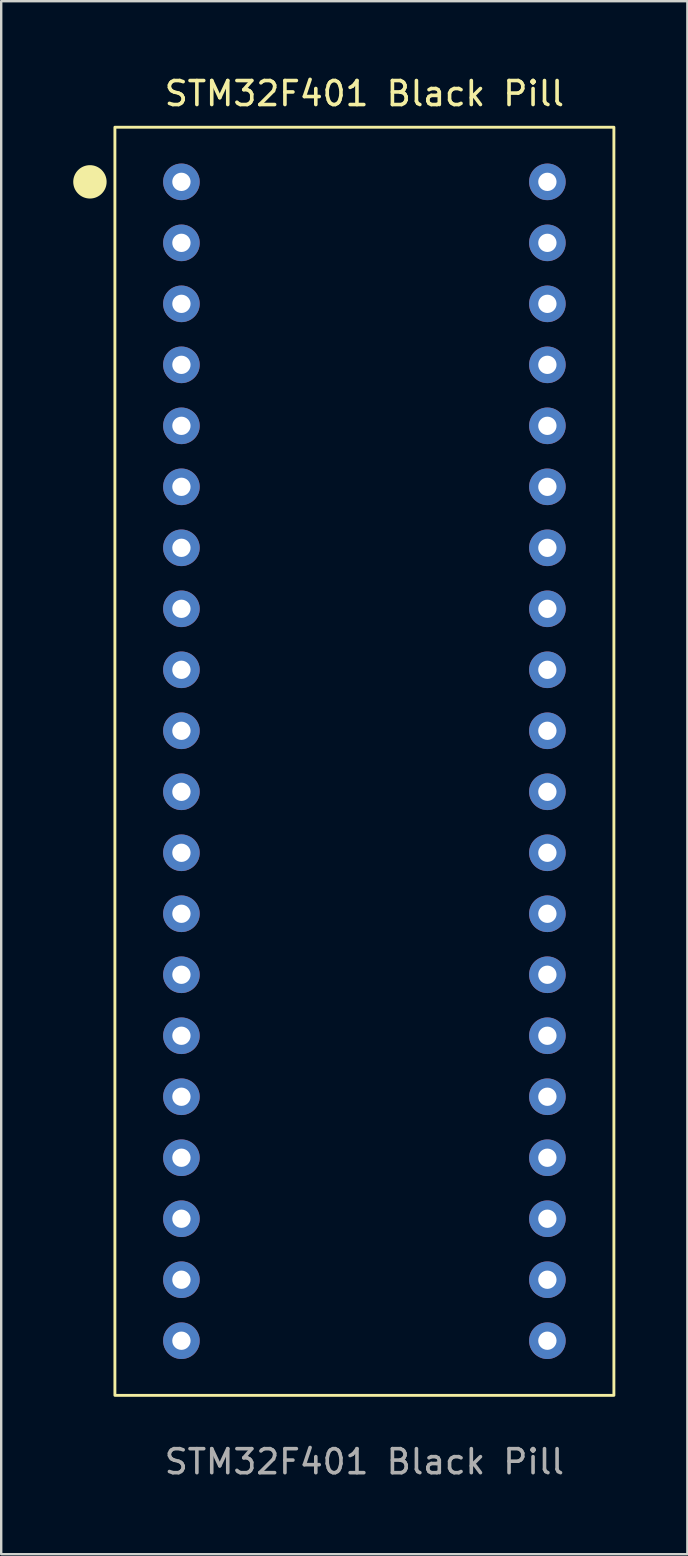
<source format=kicad_pcb>
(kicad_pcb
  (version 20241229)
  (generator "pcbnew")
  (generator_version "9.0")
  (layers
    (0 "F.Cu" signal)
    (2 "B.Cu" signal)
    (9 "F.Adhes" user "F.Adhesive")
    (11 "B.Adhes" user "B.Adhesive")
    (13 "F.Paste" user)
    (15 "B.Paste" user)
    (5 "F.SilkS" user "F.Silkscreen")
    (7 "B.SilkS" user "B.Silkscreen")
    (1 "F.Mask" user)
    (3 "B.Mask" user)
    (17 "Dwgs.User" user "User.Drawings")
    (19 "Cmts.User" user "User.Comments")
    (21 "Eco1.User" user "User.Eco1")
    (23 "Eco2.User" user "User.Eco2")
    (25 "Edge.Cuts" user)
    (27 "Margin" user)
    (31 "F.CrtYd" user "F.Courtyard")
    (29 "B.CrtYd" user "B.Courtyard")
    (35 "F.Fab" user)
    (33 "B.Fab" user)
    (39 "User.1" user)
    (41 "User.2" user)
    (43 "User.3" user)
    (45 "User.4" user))
  (footprint "STM32F401 Black Pill"
    (layer "F.Cu")
    (at 12.125 28.653)
    (property "Reference" "STM32F401 Black Pill" (at 0 -27.805 0) (unlocked yes) (layer "F.SilkS") (effects (font (size 1 1) (thickness 0.15))))
    (attr through_hole)
    (fp_rect (start -10.39 26.405) (end 10.39 -26.405) (stroke (width 0.12) (type default)) (fill no) (layer "F.SilkS"))
    (fp_circle (center -11.43 -24.13) (end -10.795 -24.13) (stroke (width 0.12) (type solid)) (fill yes) (layer "F.SilkS"))
    (fp_text user "${REFERENCE}" (at 0 29.17 0) (unlocked yes) (layer "F.Fab") (effects (font (size 1 1) (thickness 0.15))))
    (pad "1" thru_hole circle (at -7.62 -24.13) (size 1.524 1.524) (drill 0.762) (layers "*.Cu" "*.Mask"))
    (pad "2" thru_hole circle (at -7.62 -21.59) (size 1.524 1.524) (drill 0.762) (layers "*.Cu" "*.Mask"))
    (pad "3" thru_hole circle (at -7.62 -19.05) (size 1.524 1.524) (drill 0.762) (layers "*.Cu" "*.Mask"))
    (pad "4" thru_hole circle (at -7.62 -16.51) (size 1.524 1.524) (drill 0.762) (layers "*.Cu" "*.Mask"))
    (pad "5" thru_hole circle (at -7.62 -13.97) (size 1.524 1.524) (drill 0.762) (layers "*.Cu" "*.Mask"))
    (pad "6" thru_hole circle (at -7.62 -11.43) (size 1.524 1.524) (drill 0.762) (layers "*.Cu" "*.Mask"))
    (pad "7" thru_hole circle (at -7.62 -8.89) (size 1.524 1.524) (drill 0.762) (layers "*.Cu" "*.Mask"))
    (pad "8" thru_hole circle (at -7.62 -6.35) (size 1.524 1.524) (drill 0.762) (layers "*.Cu" "*.Mask"))
    (pad "9" thru_hole circle (at -7.62 -3.81) (size 1.524 1.524) (drill 0.762) (layers "*.Cu" "*.Mask"))
    (pad "10" thru_hole circle (at -7.62 -1.27) (size 1.524 1.524) (drill 0.762) (layers "*.Cu" "*.Mask"))
    (pad "11" thru_hole circle (at -7.62 1.27) (size 1.524 1.524) (drill 0.762) (layers "*.Cu" "*.Mask"))
    (pad "12" thru_hole circle (at -7.62 3.81) (size 1.524 1.524) (drill 0.762) (layers "*.Cu" "*.Mask"))
    (pad "13" thru_hole circle (at -7.62 6.35) (size 1.524 1.524) (drill 0.762) (layers "*.Cu" "*.Mask"))
    (pad "14" thru_hole circle (at -7.62 8.89) (size 1.524 1.524) (drill 0.762) (layers "*.Cu" "*.Mask"))
    (pad "15" thru_hole circle (at -7.62 11.43) (size 1.524 1.524) (drill 0.762) (layers "*.Cu" "*.Mask"))
    (pad "16" thru_hole circle (at -7.62 13.97) (size 1.524 1.524) (drill 0.762) (layers "*.Cu" "*.Mask"))
    (pad "17" thru_hole circle (at -7.62 16.51) (size 1.524 1.524) (drill 0.762) (layers "*.Cu" "*.Mask"))
    (pad "18" thru_hole circle (at -7.62 19.05) (size 1.524 1.524) (drill 0.762) (layers "*.Cu" "*.Mask"))
    (pad "19" thru_hole circle (at -7.62 21.59) (size 1.524 1.524) (drill 0.762) (layers "*.Cu" "*.Mask"))
    (pad "20" thru_hole circle (at -7.62 24.13) (size 1.524 1.524) (drill 0.762) (layers "*.Cu" "*.Mask"))
    (pad "21" thru_hole circle (at 7.62 24.13) (size 1.524 1.524) (drill 0.762) (layers "*.Cu" "*.Mask"))
    (pad "22" thru_hole circle (at 7.62 21.59) (size 1.524 1.524) (drill 0.762) (layers "*.Cu" "*.Mask"))
    (pad "23" thru_hole circle (at 7.62 19.05) (size 1.524 1.524) (drill 0.762) (layers "*.Cu" "*.Mask"))
    (pad "24" thru_hole circle (at 7.62 16.51) (size 1.524 1.524) (drill 0.762) (layers "*.Cu" "*.Mask"))
    (pad "25" thru_hole circle (at 7.62 13.97) (size 1.524 1.524) (drill 0.762) (layers "*.Cu" "*.Mask"))
    (pad "26" thru_hole circle (at 7.62 11.43) (size 1.524 1.524) (drill 0.762) (layers "*.Cu" "*.Mask"))
    (pad "27" thru_hole circle (at 7.62 8.89) (size 1.524 1.524) (drill 0.762) (layers "*.Cu" "*.Mask"))
    (pad "28" thru_hole circle (at 7.62 6.35) (size 1.524 1.524) (drill 0.762) (layers "*.Cu" "*.Mask"))
    (pad "29" thru_hole circle (at 7.62 3.81) (size 1.524 1.524) (drill 0.762) (layers "*.Cu" "*.Mask"))
    (pad "30" thru_hole circle (at 7.62 1.27) (size 1.524 1.524) (drill 0.762) (layers "*.Cu" "*.Mask"))
    (pad "31" thru_hole circle (at 7.62 -1.27) (size 1.524 1.524) (drill 0.762) (layers "*.Cu" "*.Mask"))
    (pad "32" thru_hole circle (at 7.62 -3.81) (size 1.524 1.524) (drill 0.762) (layers "*.Cu" "*.Mask"))
    (pad "33" thru_hole circle (at 7.62 -6.35) (size 1.524 1.524) (drill 0.762) (layers "*.Cu" "*.Mask"))
    (pad "34" thru_hole circle (at 7.62 -8.89) (size 1.524 1.524) (drill 0.762) (layers "*.Cu" "*.Mask"))
    (pad "35" thru_hole circle (at 7.62 -11.43) (size 1.524 1.524) (drill 0.762) (layers "*.Cu" "*.Mask"))
    (pad "36" thru_hole circle (at 7.62 -13.97) (size 1.524 1.524) (drill 0.762) (layers "*.Cu" "*.Mask"))
    (pad "37" thru_hole circle (at 7.62 -16.51) (size 1.524 1.524) (drill 0.762) (layers "*.Cu" "*.Mask"))
    (pad "38" thru_hole circle (at 7.62 -19.05) (size 1.524 1.524) (drill 0.762) (layers "*.Cu" "*.Mask"))
    (pad "39" thru_hole circle (at 7.62 -21.59) (size 1.524 1.524) (drill 0.762) (layers "*.Cu" "*.Mask"))
    (pad "40" thru_hole circle (at 7.62 -24.13) (size 1.524 1.524) (drill 0.762) (layers "*.Cu" "*.Mask")))
  (gr_rect
    (start -3 -3)
    (end 25.575 61.672)
    (stroke (width 0.1) (type default))
    (fill no)
    (layer "Edge.Cuts")))
</source>
